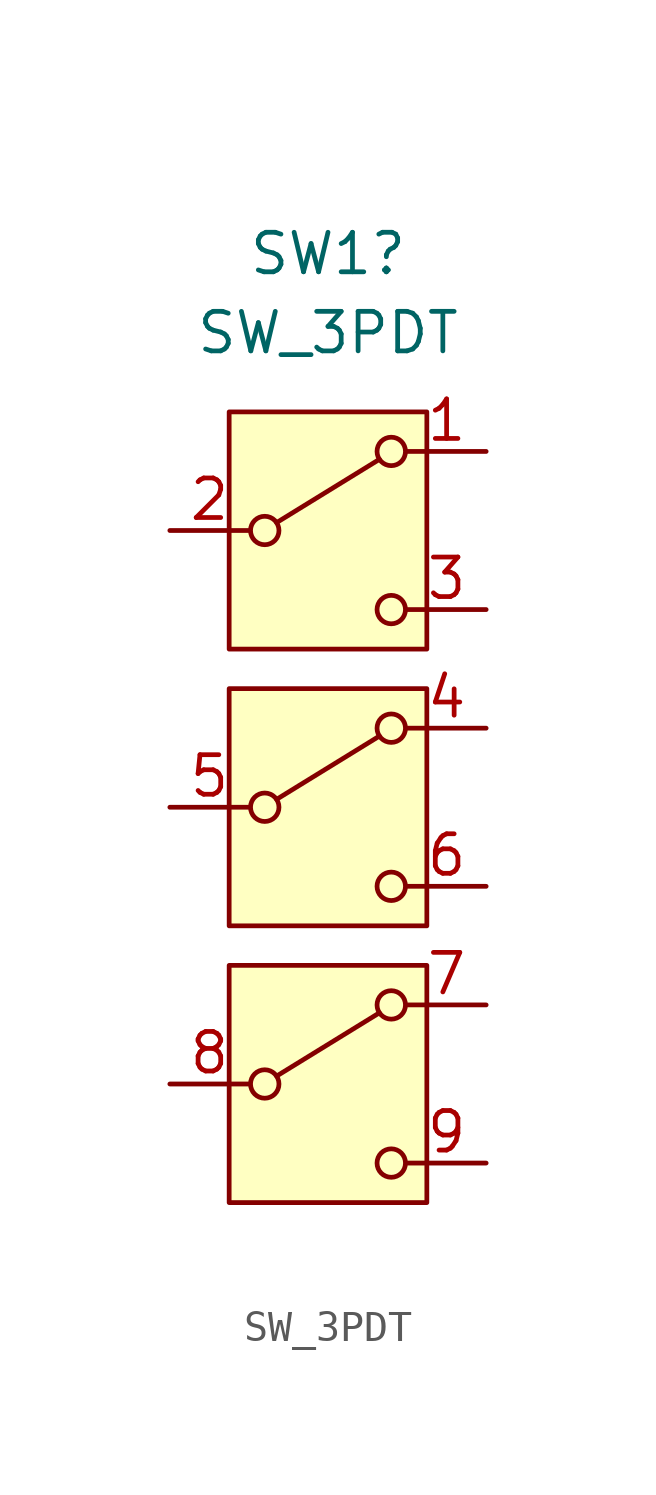
<source format=kicad_sym>
(kicad_symbol_lib
  (version 20231120)
  (generator "kicad_symbol_editor")
  (generator_version "8.0")
  (symbol "SW_3PDT"
    (pin_names
      (offset 0) hide)
    (property "Reference" "SW1"
      (at 0 8.89 0)
      (effects (font (size 1.27 1.27))))
    (property "Value" "SW_3PDT"
      (at 0 6.35 0)
      (effects (font (size 1.27 1.27))))
    (symbol "SW_3PDT_0_1"
      (circle (center -2.032 -17.78) (radius 0.457) (stroke (width 0) (type default)) (fill (type none)))
      (circle (center -2.032 -8.89) (radius 0.457) (stroke (width 0) (type default)) (fill (type none)))
      (circle (center -2.032 0) (radius 0.457) (stroke (width 0) (type default)) (fill (type none)))
      (polyline (pts (xy -1.651 -17.526) (xy 1.651 -15.494)) (stroke (width 0) (type default)) (fill (type none)))
      (polyline (pts (xy -1.651 -8.636) (xy 1.651 -6.604)) (stroke (width 0) (type default)) (fill (type none)))
      (polyline (pts (xy -1.651 0.254) (xy 1.651 2.286)) (stroke (width 0) (type default)) (fill (type none)))
      (circle (center 2.032 -20.32) (radius 0.457) (stroke (width 0) (type default)) (fill (type none)))
      (circle (center 2.032 -15.24) (radius 0.457) (stroke (width 0) (type default)) (fill (type none)))
      (circle (center 2.032 -11.43) (radius 0.457) (stroke (width 0) (type default)) (fill (type none)))
      (circle (center 2.032 -6.35) (radius 0.457) (stroke (width 0) (type default)) (fill (type none)))
      (circle (center 2.032 -2.54) (radius 0.457) (stroke (width 0) (type default)) (fill (type none)))
      (circle (center 2.032 2.54) (radius 0.457) (stroke (width 0) (type default)) (fill (type none))))
    (symbol "SW_3PDT_1_1"
      (rectangle (start -3.175 -13.97) (end 3.175 -21.59) (stroke (width 0) (type default)) (fill (type background)))
      (rectangle (start -3.175 -5.08) (end 3.175 -12.7) (stroke (width 0) (type default)) (fill (type background)))
      (rectangle (start -3.175 3.81) (end 3.175 -3.81) (stroke (width 0) (type default)) (fill (type background)))
      (pin passive line (at 5.08 2.54 180) (length 2.54) (name "1" (effects (font (size 1.27 1.27)))) (number "1" (effects (font (size 1.27 1.27)))))
      (pin passive line (at -5.08 0 0) (length 2.54) (name "2" (effects (font (size 1.27 1.27)))) (number "2" (effects (font (size 1.27 1.27)))))
      (pin passive line (at 5.08 -2.54 180) (length 2.54) (name "3" (effects (font (size 1.27 1.27)))) (number "3" (effects (font (size 1.27 1.27)))))
      (pin passive line (at 5.08 -6.35 180) (length 2.54) (name "4" (effects (font (size 1.27 1.27)))) (number "4" (effects (font (size 1.27 1.27)))))
      (pin passive line (at -5.08 -8.89 0) (length 2.54) (name "5" (effects (font (size 1.27 1.27)))) (number "5" (effects (font (size 1.27 1.27)))))
      (pin passive line (at 5.08 -11.43 180) (length 2.54) (name "6" (effects (font (size 1.27 1.27)))) (number "6" (effects (font (size 1.27 1.27)))))
      (pin passive line (at 5.08 -15.24 180) (length 2.54) (name "7" (effects (font (size 1.27 1.27)))) (number "7" (effects (font (size 1.27 1.27)))))
      (pin passive line (at -5.08 -17.78 0) (length 2.54) (name "8" (effects (font (size 1.27 1.27)))) (number "8" (effects (font (size 1.27 1.27)))))
      (pin passive line (at 5.08 -20.32 180) (length 2.54) (name "9" (effects (font (size 1.27 1.27)))) (number "9" (effects (font (size 1.27 1.27))))))))
</source>
